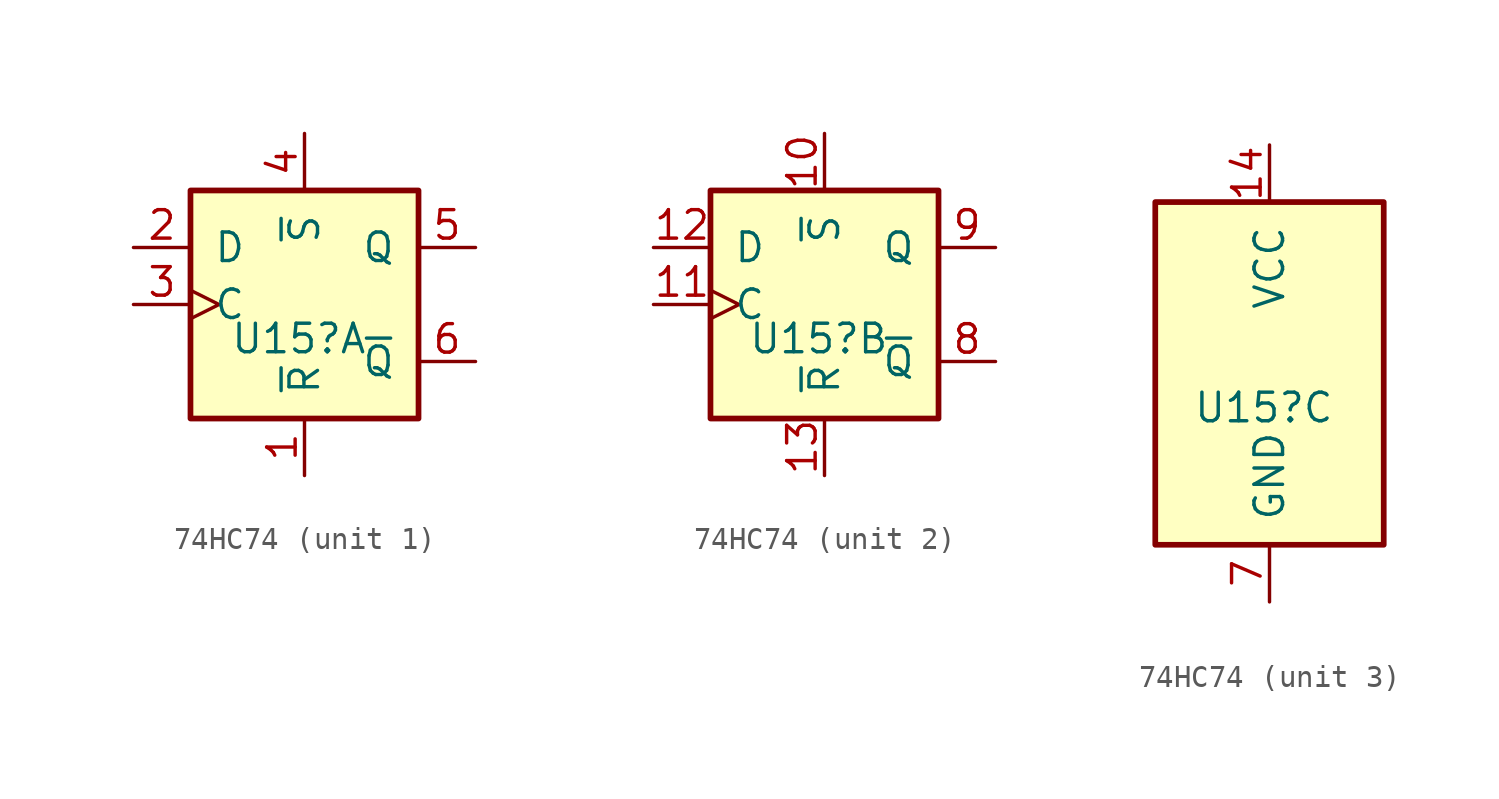
<source format=kicad_sym>
(kicad_symbol_lib
  (version 20241209)
  (generator "kicad_symbol_editor")
  (generator_version "9.0")
  (symbol "74HC74"
    (pin_names
      (offset 1.016))
    (property "Reference" "U15"
      (at -0.254 -1.524 0)
      (effects (font (size 1.27 1.27))))
    (property "Description" ""
      (at 0 0 0)
      (effects (font (size 1.27 1.27))))
    (property "ki_locked" ""
      (at 0 0 0)
      (effects (font (size 1.27 1.27))))
    (symbol "74HC74_1_0"
      (pin input line (at -7.62 2.54 0) (length 2.54) (name "D" (effects (font (size 1.27 1.27)))) (number "2" (effects (font (size 1.27 1.27)))))
      (pin input clock (at -7.62 0 0) (length 2.54) (name "C" (effects (font (size 1.27 1.27)))) (number "3" (effects (font (size 1.27 1.27)))))
      (pin input line (at 0 7.62 270) (length 2.54) (name "~{S}" (effects (font (size 1.27 1.27)))) (number "4" (effects (font (size 1.27 1.27)))))
      (pin input line (at 0 -7.62 90) (length 2.54) (name "~{R}" (effects (font (size 1.27 1.27)))) (number "1" (effects (font (size 1.27 1.27)))))
      (pin output line (at 7.62 2.54 180) (length 2.54) (name "Q" (effects (font (size 1.27 1.27)))) (number "5" (effects (font (size 1.27 1.27)))))
      (pin output line (at 7.62 -2.54 180) (length 2.54) (name "~{Q}" (effects (font (size 1.27 1.27)))) (number "6" (effects (font (size 1.27 1.27))))))
    (symbol "74HC74_1_1"
      (rectangle (start -5.08 5.08) (end 5.08 -5.08) (stroke (width 0.254) (type default)) (fill (type background))))
    (symbol "74HC74_2_0"
      (pin input line (at -7.62 2.54 0) (length 2.54) (name "D" (effects (font (size 1.27 1.27)))) (number "12" (effects (font (size 1.27 1.27)))))
      (pin input clock (at -7.62 0 0) (length 2.54) (name "C" (effects (font (size 1.27 1.27)))) (number "11" (effects (font (size 1.27 1.27)))))
      (pin input line (at 0 7.62 270) (length 2.54) (name "~{S}" (effects (font (size 1.27 1.27)))) (number "10" (effects (font (size 1.27 1.27)))))
      (pin input line (at 0 -7.62 90) (length 2.54) (name "~{R}" (effects (font (size 1.27 1.27)))) (number "13" (effects (font (size 1.27 1.27)))))
      (pin output line (at 7.62 2.54 180) (length 2.54) (name "Q" (effects (font (size 1.27 1.27)))) (number "9" (effects (font (size 1.27 1.27)))))
      (pin output line (at 7.62 -2.54 180) (length 2.54) (name "~{Q}" (effects (font (size 1.27 1.27)))) (number "8" (effects (font (size 1.27 1.27))))))
    (symbol "74HC74_2_1"
      (rectangle (start -5.08 5.08) (end 5.08 -5.08) (stroke (width 0.254) (type default)) (fill (type background))))
    (symbol "74HC74_3_0"
      (pin power_in line (at 0 10.16 270) (length 2.54) (name "VCC" (effects (font (size 1.27 1.27)))) (number "14" (effects (font (size 1.27 1.27)))))
      (pin power_in line (at 0 -10.16 90) (length 2.54) (name "GND" (effects (font (size 1.27 1.27)))) (number "7" (effects (font (size 1.27 1.27))))))
    (symbol "74HC74_3_1"
      (rectangle (start -5.08 7.62) (end 5.08 -7.62) (stroke (width 0.254) (type default)) (fill (type background))))))
</source>
